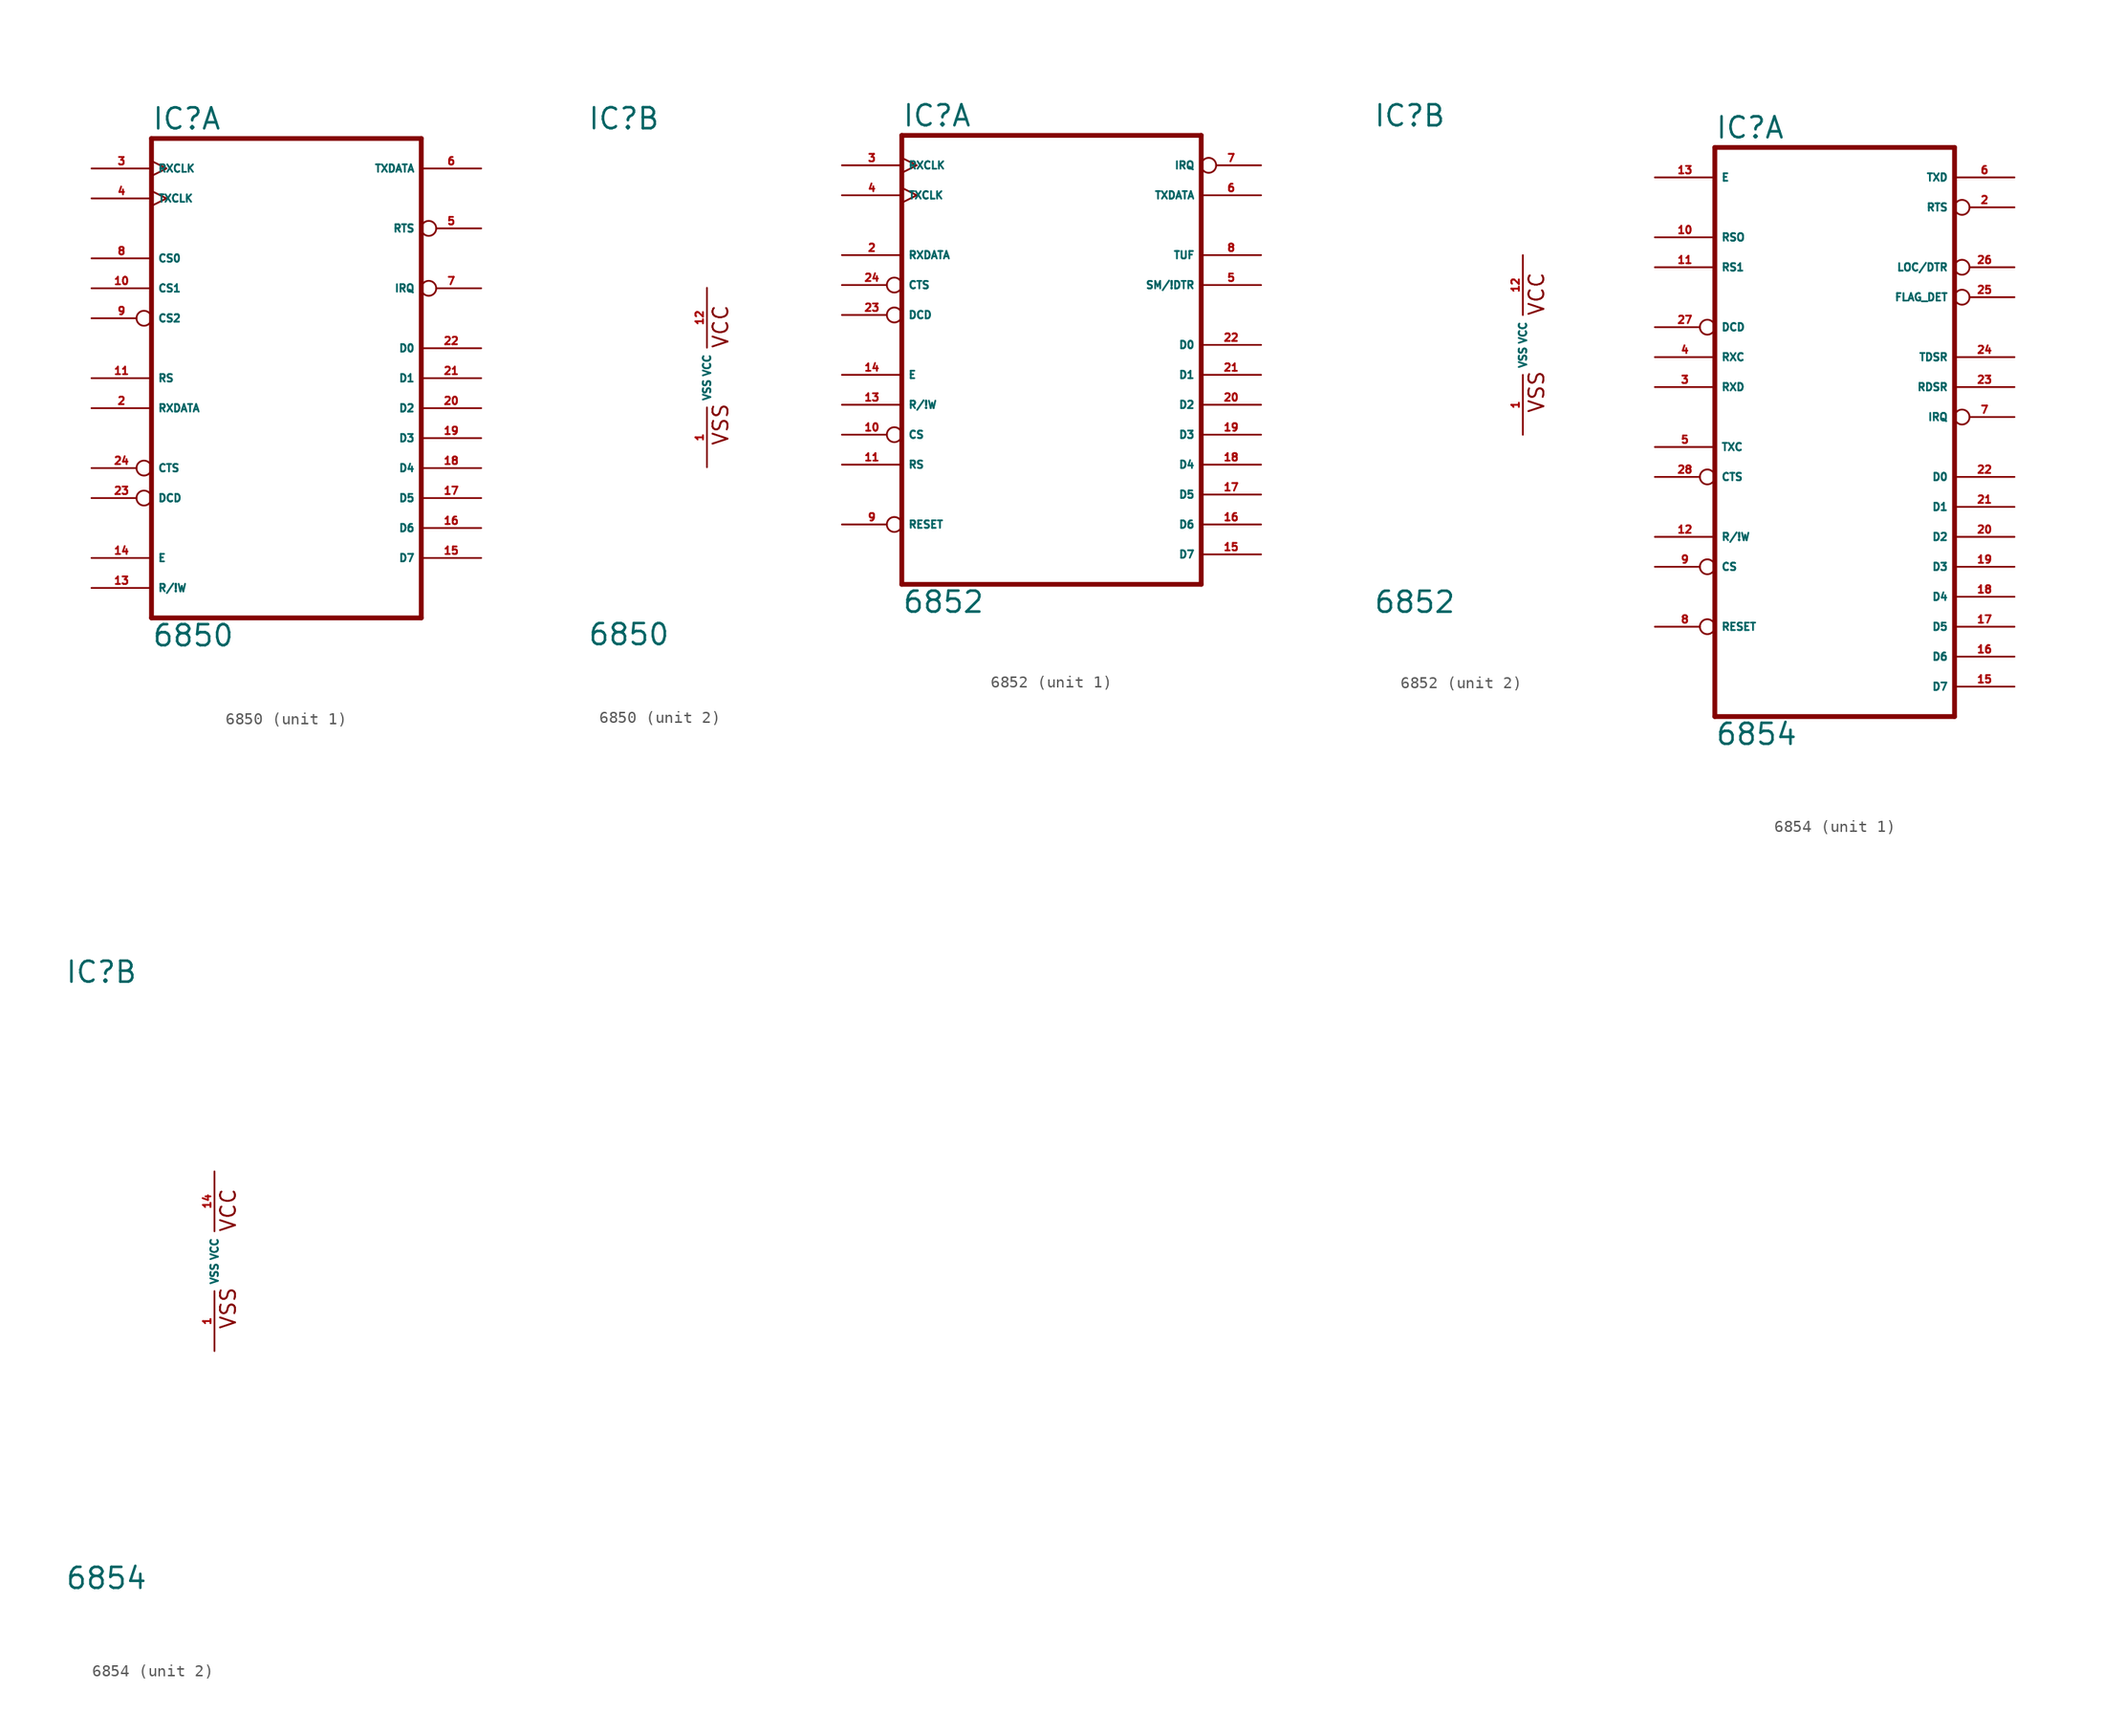
<source format=kicad_sym>
(kicad_symbol_lib
  (version 20220914)
  (generator Eagle2Kicad)
  (symbol "6850"
    (property "Reference" "IC"
      (at -10.16 20.955 0)
      (effects (font (size 1.778 1.778) (thickness 0.22)) (justify left bottom)))
    (property "Value" "6850"
      (at -10.16 -22.86 0)
      (effects (font (size 1.778 1.778) (thickness 0.22)) (justify left bottom)))
    (symbol "6850_1_0"
      (polyline (pts (xy -10.16 -20.32) (xy 12.7 -20.32)) (stroke (width 0.406) (type default)) (fill (type none)))
      (polyline (pts (xy 12.7 -20.32) (xy 12.7 20.32)) (stroke (width 0.406) (type default)) (fill (type none)))
      (polyline (pts (xy 12.7 20.32) (xy -10.16 20.32)) (stroke (width 0.406) (type default)) (fill (type none)))
      (polyline (pts (xy -10.16 20.32) (xy -10.16 -20.32)) (stroke (width 0.406) (type default)) (fill (type none)))
      (pin input line (at -15.24 -2.54 0) (length 5.08) (name "RXDATA" (effects (font (size 0.635 0.635) (thickness 0.08)) (justify left bottom))) (number "2" (effects (font (size 0.635 0.635) (thickness 0.08)) (justify left bottom))))
      (pin input clock (at -15.24 17.78 0) (length 5.08) (name "RXCLK" (effects (font (size 0.635 0.635) (thickness 0.08)) (justify left bottom))) (number "3" (effects (font (size 0.635 0.635) (thickness 0.08)) (justify left bottom))))
      (pin input clock (at -15.24 15.24 0) (length 5.08) (name "TXCLK" (effects (font (size 0.635 0.635) (thickness 0.08)) (justify left bottom))) (number "4" (effects (font (size 0.635 0.635) (thickness 0.08)) (justify left bottom))))
      (pin output inverted (at 17.78 12.7 180) (length 5.08) (name "RTS" (effects (font (size 0.635 0.635) (thickness 0.08)) (justify left bottom))) (number "5" (effects (font (size 0.635 0.635) (thickness 0.08)) (justify left bottom))))
      (pin output line (at 17.78 17.78 180) (length 5.08) (name "TXDATA" (effects (font (size 0.635 0.635) (thickness 0.08)) (justify left bottom))) (number "6" (effects (font (size 0.635 0.635) (thickness 0.08)) (justify left bottom))))
      (pin output inverted (at 17.78 7.62 180) (length 5.08) (name "IRQ" (effects (font (size 0.635 0.635) (thickness 0.08)) (justify left bottom))) (number "7" (effects (font (size 0.635 0.635) (thickness 0.08)) (justify left bottom))))
      (pin input line (at -15.24 10.16 0) (length 5.08) (name "CS0" (effects (font (size 0.635 0.635) (thickness 0.08)) (justify left bottom))) (number "8" (effects (font (size 0.635 0.635) (thickness 0.08)) (justify left bottom))))
      (pin input inverted (at -15.24 5.08 0) (length 5.08) (name "CS2" (effects (font (size 0.635 0.635) (thickness 0.08)) (justify left bottom))) (number "9" (effects (font (size 0.635 0.635) (thickness 0.08)) (justify left bottom))))
      (pin input line (at -15.24 7.62 0) (length 5.08) (name "CS1" (effects (font (size 0.635 0.635) (thickness 0.08)) (justify left bottom))) (number "10" (effects (font (size 0.635 0.635) (thickness 0.08)) (justify left bottom))))
      (pin input line (at -15.24 0 0) (length 5.08) (name "RS" (effects (font (size 0.635 0.635) (thickness 0.08)) (justify left bottom))) (number "11" (effects (font (size 0.635 0.635) (thickness 0.08)) (justify left bottom))))
      (pin input line (at -15.24 -17.78 0) (length 5.08) (name "R/!W" (effects (font (size 0.635 0.635) (thickness 0.08)) (justify left bottom))) (number "13" (effects (font (size 0.635 0.635) (thickness 0.08)) (justify left bottom))))
      (pin input line (at -15.24 -15.24 0) (length 5.08) (name "E" (effects (font (size 0.635 0.635) (thickness 0.08)) (justify left bottom))) (number "14" (effects (font (size 0.635 0.635) (thickness 0.08)) (justify left bottom))))
      (pin bidirectional line (at 17.78 -15.24 180) (length 5.08) (name "D7" (effects (font (size 0.635 0.635) (thickness 0.08)) (justify left bottom))) (number "15" (effects (font (size 0.635 0.635) (thickness 0.08)) (justify left bottom))))
      (pin bidirectional line (at 17.78 -12.7 180) (length 5.08) (name "D6" (effects (font (size 0.635 0.635) (thickness 0.08)) (justify left bottom))) (number "16" (effects (font (size 0.635 0.635) (thickness 0.08)) (justify left bottom))))
      (pin bidirectional line (at 17.78 -10.16 180) (length 5.08) (name "D5" (effects (font (size 0.635 0.635) (thickness 0.08)) (justify left bottom))) (number "17" (effects (font (size 0.635 0.635) (thickness 0.08)) (justify left bottom))))
      (pin bidirectional line (at 17.78 -7.62 180) (length 5.08) (name "D4" (effects (font (size 0.635 0.635) (thickness 0.08)) (justify left bottom))) (number "18" (effects (font (size 0.635 0.635) (thickness 0.08)) (justify left bottom))))
      (pin bidirectional line (at 17.78 -5.08 180) (length 5.08) (name "D3" (effects (font (size 0.635 0.635) (thickness 0.08)) (justify left bottom))) (number "19" (effects (font (size 0.635 0.635) (thickness 0.08)) (justify left bottom))))
      (pin bidirectional line (at 17.78 -2.54 180) (length 5.08) (name "D2" (effects (font (size 0.635 0.635) (thickness 0.08)) (justify left bottom))) (number "20" (effects (font (size 0.635 0.635) (thickness 0.08)) (justify left bottom))))
      (pin bidirectional line (at 17.78 0 180) (length 5.08) (name "D1" (effects (font (size 0.635 0.635) (thickness 0.08)) (justify left bottom))) (number "21" (effects (font (size 0.635 0.635) (thickness 0.08)) (justify left bottom))))
      (pin bidirectional line (at 17.78 2.54 180) (length 5.08) (name "D0" (effects (font (size 0.635 0.635) (thickness 0.08)) (justify left bottom))) (number "22" (effects (font (size 0.635 0.635) (thickness 0.08)) (justify left bottom))))
      (pin input inverted (at -15.24 -10.16 0) (length 5.08) (name "DCD" (effects (font (size 0.635 0.635) (thickness 0.08)) (justify left bottom))) (number "23" (effects (font (size 0.635 0.635) (thickness 0.08)) (justify left bottom))))
      (pin input inverted (at -15.24 -7.62 0) (length 5.08) (name "CTS" (effects (font (size 0.635 0.635) (thickness 0.08)) (justify left bottom))) (number "24" (effects (font (size 0.635 0.635) (thickness 0.08)) (justify left bottom)))))
    (symbol "6850_2_0"
      (text "VSS" (at 1.905 -5.842 900) (effects (font (size 1.27 1.27) (thickness 0.16)) (justify left bottom)))
      (text "VCC" (at 1.905 2.413 900) (effects (font (size 1.27 1.27) (thickness 0.16)) (justify left bottom)))
      (pin unspecified line (at 0 -7.62 90) (length 5.08) (name "VSS" (effects (font (size 0.635 0.635) (thickness 0.08)) (justify left bottom))) (number "1" (effects (font (size 0.635 0.635) (thickness 0.08)) (justify left bottom))))
      (pin unspecified line (at 0 7.62 270) (length 5.08) (name "VCC" (effects (font (size 0.635 0.635) (thickness 0.08)) (justify left bottom))) (number "12" (effects (font (size 0.635 0.635) (thickness 0.08)) (justify left bottom))))))
  (symbol "6852"
    (property "Reference" "IC"
      (at -12.7 18.415 0)
      (effects (font (size 1.778 1.778) (thickness 0.22)) (justify left bottom)))
    (property "Value" "6852"
      (at -12.7 -22.86 0)
      (effects (font (size 1.778 1.778) (thickness 0.22)) (justify left bottom)))
    (symbol "6852_1_0"
      (polyline (pts (xy -12.7 -20.32) (xy 12.7 -20.32)) (stroke (width 0.406) (type default)) (fill (type none)))
      (polyline (pts (xy 12.7 -20.32) (xy 12.7 17.78)) (stroke (width 0.406) (type default)) (fill (type none)))
      (polyline (pts (xy 12.7 17.78) (xy -12.7 17.78)) (stroke (width 0.406) (type default)) (fill (type none)))
      (polyline (pts (xy -12.7 17.78) (xy -12.7 -20.32)) (stroke (width 0.406) (type default)) (fill (type none)))
      (pin input line (at -17.78 7.62 0) (length 5.08) (name "RXDATA" (effects (font (size 0.635 0.635) (thickness 0.08)) (justify left bottom))) (number "2" (effects (font (size 0.635 0.635) (thickness 0.08)) (justify left bottom))))
      (pin input clock (at -17.78 15.24 0) (length 5.08) (name "RXCLK" (effects (font (size 0.635 0.635) (thickness 0.08)) (justify left bottom))) (number "3" (effects (font (size 0.635 0.635) (thickness 0.08)) (justify left bottom))))
      (pin input clock (at -17.78 12.7 0) (length 5.08) (name "TXCLK" (effects (font (size 0.635 0.635) (thickness 0.08)) (justify left bottom))) (number "4" (effects (font (size 0.635 0.635) (thickness 0.08)) (justify left bottom))))
      (pin output line (at 17.78 5.08 180) (length 5.08) (name "SM/!DTR" (effects (font (size 0.635 0.635) (thickness 0.08)) (justify left bottom))) (number "5" (effects (font (size 0.635 0.635) (thickness 0.08)) (justify left bottom))))
      (pin output line (at 17.78 12.7 180) (length 5.08) (name "TXDATA" (effects (font (size 0.635 0.635) (thickness 0.08)) (justify left bottom))) (number "6" (effects (font (size 0.635 0.635) (thickness 0.08)) (justify left bottom))))
      (pin output inverted (at 17.78 15.24 180) (length 5.08) (name "IRQ" (effects (font (size 0.635 0.635) (thickness 0.08)) (justify left bottom))) (number "7" (effects (font (size 0.635 0.635) (thickness 0.08)) (justify left bottom))))
      (pin output line (at 17.78 7.62 180) (length 5.08) (name "TUF" (effects (font (size 0.635 0.635) (thickness 0.08)) (justify left bottom))) (number "8" (effects (font (size 0.635 0.635) (thickness 0.08)) (justify left bottom))))
      (pin input inverted (at -17.78 -15.24 0) (length 5.08) (name "RESET" (effects (font (size 0.635 0.635) (thickness 0.08)) (justify left bottom))) (number "9" (effects (font (size 0.635 0.635) (thickness 0.08)) (justify left bottom))))
      (pin input inverted (at -17.78 -7.62 0) (length 5.08) (name "CS" (effects (font (size 0.635 0.635) (thickness 0.08)) (justify left bottom))) (number "10" (effects (font (size 0.635 0.635) (thickness 0.08)) (justify left bottom))))
      (pin input line (at -17.78 -10.16 0) (length 5.08) (name "RS" (effects (font (size 0.635 0.635) (thickness 0.08)) (justify left bottom))) (number "11" (effects (font (size 0.635 0.635) (thickness 0.08)) (justify left bottom))))
      (pin input line (at -17.78 -5.08 0) (length 5.08) (name "R/!W" (effects (font (size 0.635 0.635) (thickness 0.08)) (justify left bottom))) (number "13" (effects (font (size 0.635 0.635) (thickness 0.08)) (justify left bottom))))
      (pin input line (at -17.78 -2.54 0) (length 5.08) (name "E" (effects (font (size 0.635 0.635) (thickness 0.08)) (justify left bottom))) (number "14" (effects (font (size 0.635 0.635) (thickness 0.08)) (justify left bottom))))
      (pin bidirectional line (at 17.78 -17.78 180) (length 5.08) (name "D7" (effects (font (size 0.635 0.635) (thickness 0.08)) (justify left bottom))) (number "15" (effects (font (size 0.635 0.635) (thickness 0.08)) (justify left bottom))))
      (pin bidirectional line (at 17.78 -15.24 180) (length 5.08) (name "D6" (effects (font (size 0.635 0.635) (thickness 0.08)) (justify left bottom))) (number "16" (effects (font (size 0.635 0.635) (thickness 0.08)) (justify left bottom))))
      (pin bidirectional line (at 17.78 -12.7 180) (length 5.08) (name "D5" (effects (font (size 0.635 0.635) (thickness 0.08)) (justify left bottom))) (number "17" (effects (font (size 0.635 0.635) (thickness 0.08)) (justify left bottom))))
      (pin bidirectional line (at 17.78 -10.16 180) (length 5.08) (name "D4" (effects (font (size 0.635 0.635) (thickness 0.08)) (justify left bottom))) (number "18" (effects (font (size 0.635 0.635) (thickness 0.08)) (justify left bottom))))
      (pin bidirectional line (at 17.78 -7.62 180) (length 5.08) (name "D3" (effects (font (size 0.635 0.635) (thickness 0.08)) (justify left bottom))) (number "19" (effects (font (size 0.635 0.635) (thickness 0.08)) (justify left bottom))))
      (pin bidirectional line (at 17.78 -5.08 180) (length 5.08) (name "D2" (effects (font (size 0.635 0.635) (thickness 0.08)) (justify left bottom))) (number "20" (effects (font (size 0.635 0.635) (thickness 0.08)) (justify left bottom))))
      (pin bidirectional line (at 17.78 -2.54 180) (length 5.08) (name "D1" (effects (font (size 0.635 0.635) (thickness 0.08)) (justify left bottom))) (number "21" (effects (font (size 0.635 0.635) (thickness 0.08)) (justify left bottom))))
      (pin bidirectional line (at 17.78 0 180) (length 5.08) (name "D0" (effects (font (size 0.635 0.635) (thickness 0.08)) (justify left bottom))) (number "22" (effects (font (size 0.635 0.635) (thickness 0.08)) (justify left bottom))))
      (pin input inverted (at -17.78 2.54 0) (length 5.08) (name "DCD" (effects (font (size 0.635 0.635) (thickness 0.08)) (justify left bottom))) (number "23" (effects (font (size 0.635 0.635) (thickness 0.08)) (justify left bottom))))
      (pin input inverted (at -17.78 5.08 0) (length 5.08) (name "CTS" (effects (font (size 0.635 0.635) (thickness 0.08)) (justify left bottom))) (number "24" (effects (font (size 0.635 0.635) (thickness 0.08)) (justify left bottom)))))
    (symbol "6852_2_0"
      (text "VSS" (at 1.905 -5.842 900) (effects (font (size 1.27 1.27) (thickness 0.16)) (justify left bottom)))
      (text "VCC" (at 1.905 2.413 900) (effects (font (size 1.27 1.27) (thickness 0.16)) (justify left bottom)))
      (pin unspecified line (at 0 -7.62 90) (length 5.08) (name "VSS" (effects (font (size 0.635 0.635) (thickness 0.08)) (justify left bottom))) (number "1" (effects (font (size 0.635 0.635) (thickness 0.08)) (justify left bottom))))
      (pin unspecified line (at 0 7.62 270) (length 5.08) (name "VCC" (effects (font (size 0.635 0.635) (thickness 0.08)) (justify left bottom))) (number "12" (effects (font (size 0.635 0.635) (thickness 0.08)) (justify left bottom))))))
  (symbol "6854"
    (property "Reference" "IC"
      (at -12.7 23.495 0)
      (effects (font (size 1.778 1.778) (thickness 0.22)) (justify left bottom)))
    (property "Value" "6854"
      (at -12.7 -27.94 0)
      (effects (font (size 1.778 1.778) (thickness 0.22)) (justify left bottom)))
    (symbol "6854_1_0"
      (polyline (pts (xy -12.7 -25.4) (xy 7.62 -25.4)) (stroke (width 0.406) (type default)) (fill (type none)))
      (polyline (pts (xy 7.62 -25.4) (xy 7.62 22.86)) (stroke (width 0.406) (type default)) (fill (type none)))
      (polyline (pts (xy 7.62 22.86) (xy -12.7 22.86)) (stroke (width 0.406) (type default)) (fill (type none)))
      (polyline (pts (xy -12.7 22.86) (xy -12.7 -25.4)) (stroke (width 0.406) (type default)) (fill (type none)))
      (pin output inverted (at 12.7 17.78 180) (length 5.08) (name "RTS" (effects (font (size 0.635 0.635) (thickness 0.08)) (justify left bottom))) (number "2" (effects (font (size 0.635 0.635) (thickness 0.08)) (justify left bottom))))
      (pin input line (at -17.78 2.54 0) (length 5.08) (name "RXD" (effects (font (size 0.635 0.635) (thickness 0.08)) (justify left bottom))) (number "3" (effects (font (size 0.635 0.635) (thickness 0.08)) (justify left bottom))))
      (pin input line (at -17.78 5.08 0) (length 5.08) (name "RXC" (effects (font (size 0.635 0.635) (thickness 0.08)) (justify left bottom))) (number "4" (effects (font (size 0.635 0.635) (thickness 0.08)) (justify left bottom))))
      (pin input line (at -17.78 -2.54 0) (length 5.08) (name "TXC" (effects (font (size 0.635 0.635) (thickness 0.08)) (justify left bottom))) (number "5" (effects (font (size 0.635 0.635) (thickness 0.08)) (justify left bottom))))
      (pin output line (at 12.7 20.32 180) (length 5.08) (name "TXD" (effects (font (size 0.635 0.635) (thickness 0.08)) (justify left bottom))) (number "6" (effects (font (size 0.635 0.635) (thickness 0.08)) (justify left bottom))))
      (pin output inverted (at 12.7 0 180) (length 5.08) (name "IRQ" (effects (font (size 0.635 0.635) (thickness 0.08)) (justify left bottom))) (number "7" (effects (font (size 0.635 0.635) (thickness 0.08)) (justify left bottom))))
      (pin input inverted (at -17.78 -17.78 0) (length 5.08) (name "RESET" (effects (font (size 0.635 0.635) (thickness 0.08)) (justify left bottom))) (number "8" (effects (font (size 0.635 0.635) (thickness 0.08)) (justify left bottom))))
      (pin input inverted (at -17.78 -12.7 0) (length 5.08) (name "CS" (effects (font (size 0.635 0.635) (thickness 0.08)) (justify left bottom))) (number "9" (effects (font (size 0.635 0.635) (thickness 0.08)) (justify left bottom))))
      (pin input line (at -17.78 15.24 0) (length 5.08) (name "RSO" (effects (font (size 0.635 0.635) (thickness 0.08)) (justify left bottom))) (number "10" (effects (font (size 0.635 0.635) (thickness 0.08)) (justify left bottom))))
      (pin input line (at -17.78 12.7 0) (length 5.08) (name "RS1" (effects (font (size 0.635 0.635) (thickness 0.08)) (justify left bottom))) (number "11" (effects (font (size 0.635 0.635) (thickness 0.08)) (justify left bottom))))
      (pin input line (at -17.78 -10.16 0) (length 5.08) (name "R/!W" (effects (font (size 0.635 0.635) (thickness 0.08)) (justify left bottom))) (number "12" (effects (font (size 0.635 0.635) (thickness 0.08)) (justify left bottom))))
      (pin input line (at -17.78 20.32 0) (length 5.08) (name "E" (effects (font (size 0.635 0.635) (thickness 0.08)) (justify left bottom))) (number "13" (effects (font (size 0.635 0.635) (thickness 0.08)) (justify left bottom))))
      (pin bidirectional line (at 12.7 -22.86 180) (length 5.08) (name "D7" (effects (font (size 0.635 0.635) (thickness 0.08)) (justify left bottom))) (number "15" (effects (font (size 0.635 0.635) (thickness 0.08)) (justify left bottom))))
      (pin bidirectional line (at 12.7 -20.32 180) (length 5.08) (name "D6" (effects (font (size 0.635 0.635) (thickness 0.08)) (justify left bottom))) (number "16" (effects (font (size 0.635 0.635) (thickness 0.08)) (justify left bottom))))
      (pin bidirectional line (at 12.7 -17.78 180) (length 5.08) (name "D5" (effects (font (size 0.635 0.635) (thickness 0.08)) (justify left bottom))) (number "17" (effects (font (size 0.635 0.635) (thickness 0.08)) (justify left bottom))))
      (pin bidirectional line (at 12.7 -15.24 180) (length 5.08) (name "D4" (effects (font (size 0.635 0.635) (thickness 0.08)) (justify left bottom))) (number "18" (effects (font (size 0.635 0.635) (thickness 0.08)) (justify left bottom))))
      (pin bidirectional line (at 12.7 -12.7 180) (length 5.08) (name "D3" (effects (font (size 0.635 0.635) (thickness 0.08)) (justify left bottom))) (number "19" (effects (font (size 0.635 0.635) (thickness 0.08)) (justify left bottom))))
      (pin bidirectional line (at 12.7 -10.16 180) (length 5.08) (name "D2" (effects (font (size 0.635 0.635) (thickness 0.08)) (justify left bottom))) (number "20" (effects (font (size 0.635 0.635) (thickness 0.08)) (justify left bottom))))
      (pin bidirectional line (at 12.7 -7.62 180) (length 5.08) (name "D1" (effects (font (size 0.635 0.635) (thickness 0.08)) (justify left bottom))) (number "21" (effects (font (size 0.635 0.635) (thickness 0.08)) (justify left bottom))))
      (pin bidirectional line (at 12.7 -5.08 180) (length 5.08) (name "D0" (effects (font (size 0.635 0.635) (thickness 0.08)) (justify left bottom))) (number "22" (effects (font (size 0.635 0.635) (thickness 0.08)) (justify left bottom))))
      (pin output line (at 12.7 2.54 180) (length 5.08) (name "RDSR" (effects (font (size 0.635 0.635) (thickness 0.08)) (justify left bottom))) (number "23" (effects (font (size 0.635 0.635) (thickness 0.08)) (justify left bottom))))
      (pin output line (at 12.7 5.08 180) (length 5.08) (name "TDSR" (effects (font (size 0.635 0.635) (thickness 0.08)) (justify left bottom))) (number "24" (effects (font (size 0.635 0.635) (thickness 0.08)) (justify left bottom))))
      (pin output inverted (at 12.7 10.16 180) (length 5.08) (name "FLAG_DET" (effects (font (size 0.635 0.635) (thickness 0.08)) (justify left bottom))) (number "25" (effects (font (size 0.635 0.635) (thickness 0.08)) (justify left bottom))))
      (pin output inverted (at 12.7 12.7 180) (length 5.08) (name "LOC/DTR" (effects (font (size 0.635 0.635) (thickness 0.08)) (justify left bottom))) (number "26" (effects (font (size 0.635 0.635) (thickness 0.08)) (justify left bottom))))
      (pin input inverted (at -17.78 7.62 0) (length 5.08) (name "DCD" (effects (font (size 0.635 0.635) (thickness 0.08)) (justify left bottom))) (number "27" (effects (font (size 0.635 0.635) (thickness 0.08)) (justify left bottom))))
      (pin input inverted (at -17.78 -5.08 0) (length 5.08) (name "CTS" (effects (font (size 0.635 0.635) (thickness 0.08)) (justify left bottom))) (number "28" (effects (font (size 0.635 0.635) (thickness 0.08)) (justify left bottom)))))
    (symbol "6854_2_0"
      (text "VSS" (at 1.905 -5.842 900) (effects (font (size 1.27 1.27) (thickness 0.16)) (justify left bottom)))
      (text "VCC" (at 1.905 2.413 900) (effects (font (size 1.27 1.27) (thickness 0.16)) (justify left bottom)))
      (pin unspecified line (at 0 -7.62 90) (length 5.08) (name "VSS" (effects (font (size 0.635 0.635) (thickness 0.08)) (justify left bottom))) (number "1" (effects (font (size 0.635 0.635) (thickness 0.08)) (justify left bottom))))
      (pin unspecified line (at 0 7.62 270) (length 5.08) (name "VCC" (effects (font (size 0.635 0.635) (thickness 0.08)) (justify left bottom))) (number "14" (effects (font (size 0.635 0.635) (thickness 0.08)) (justify left bottom)))))))
</source>
